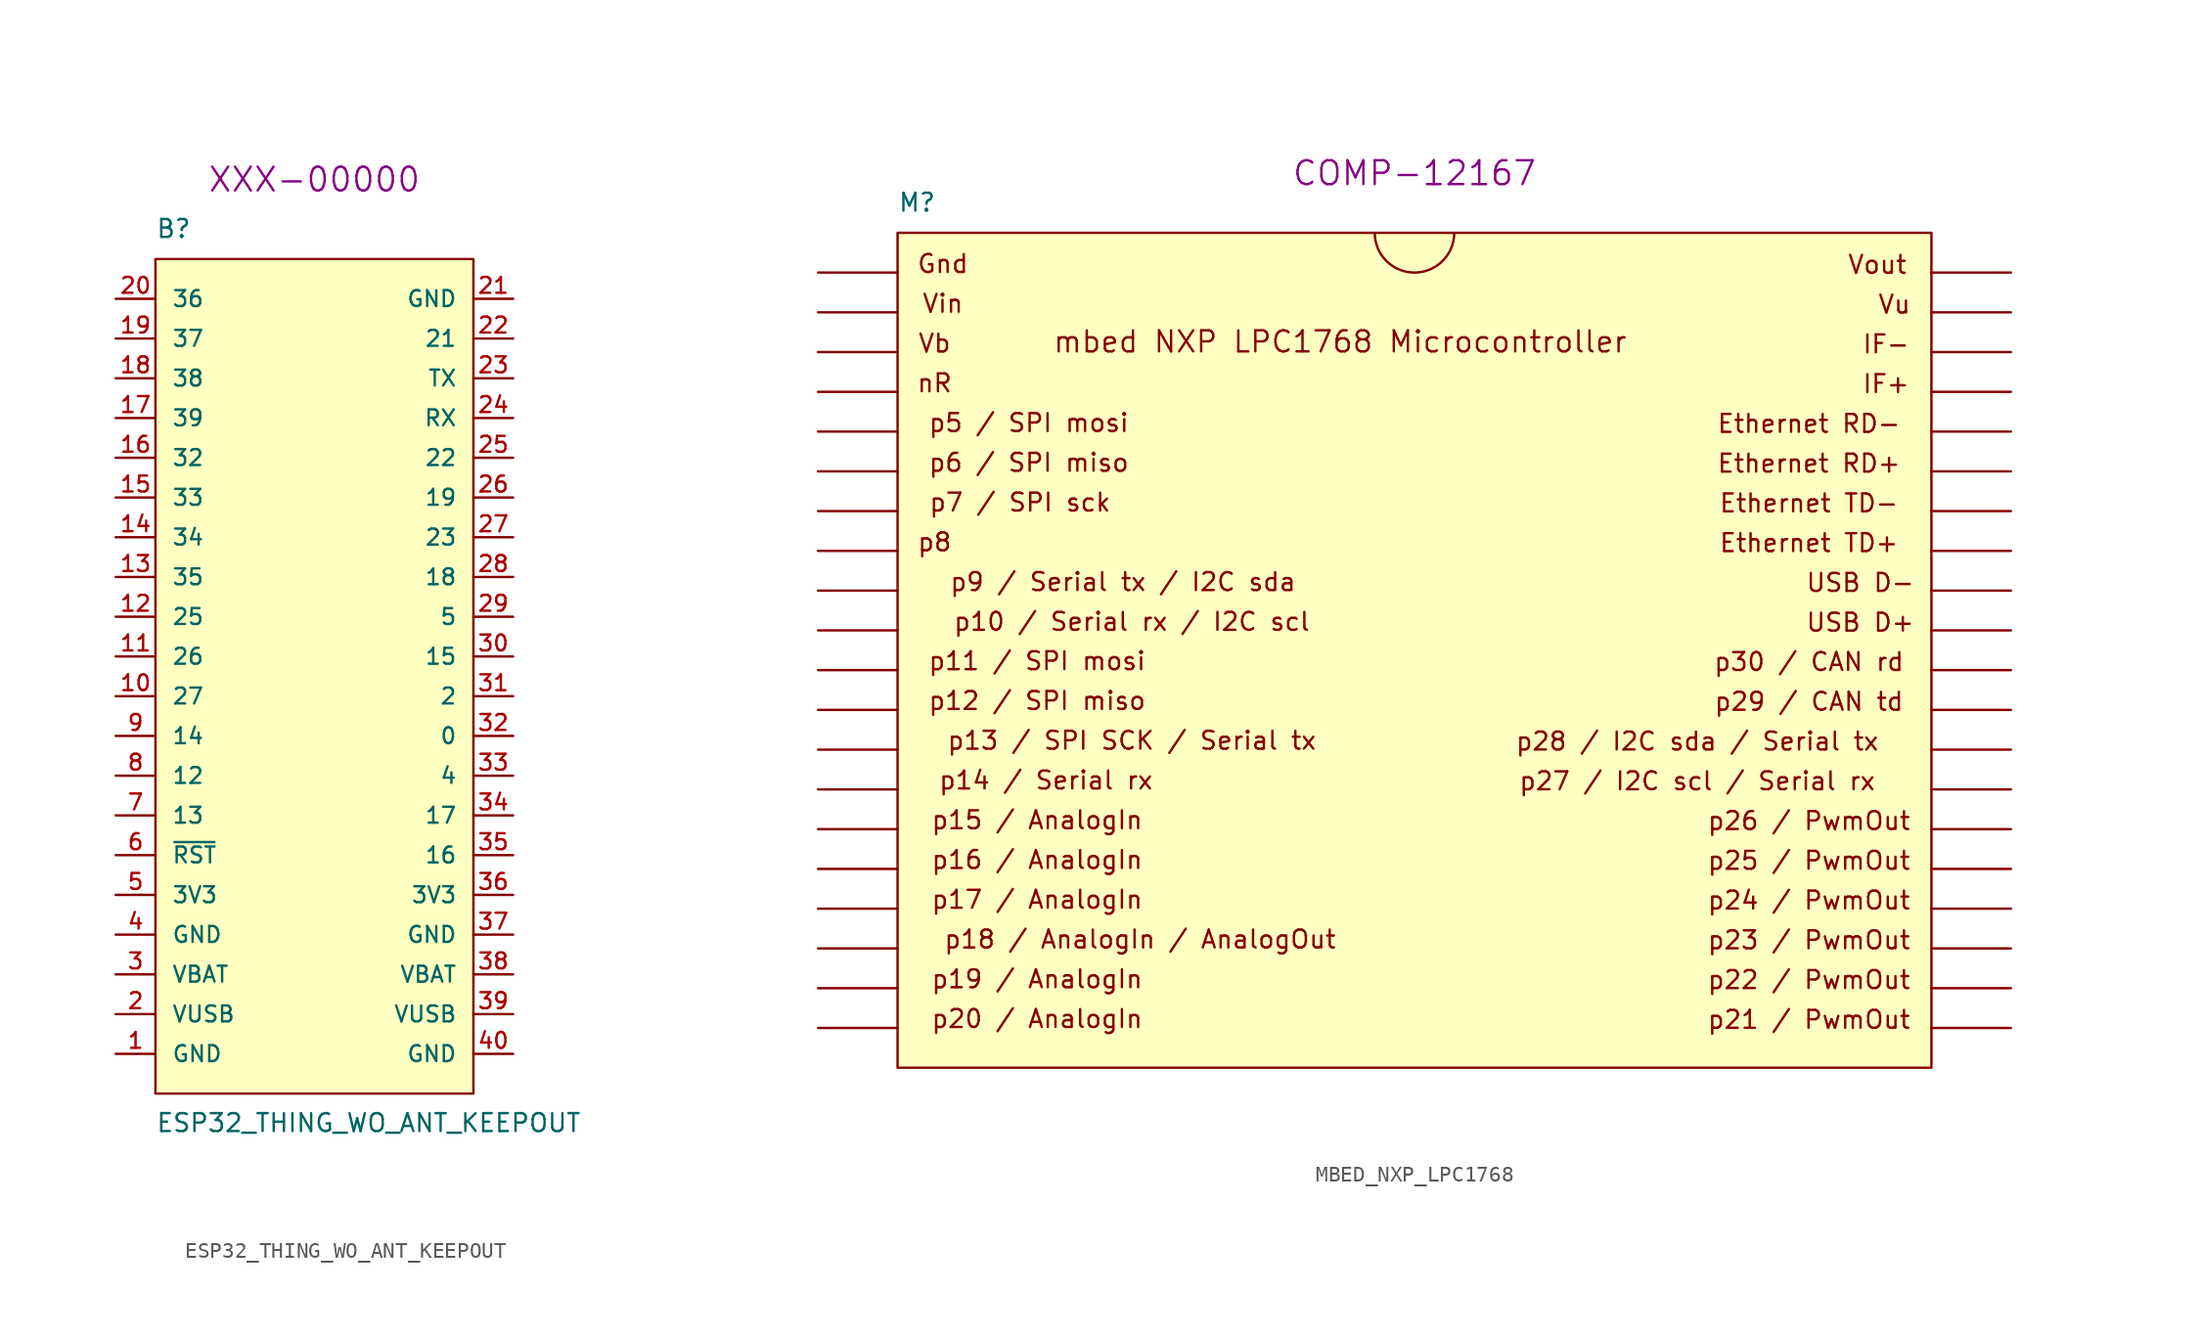
<source format=kicad_sym>
(kicad_symbol_lib
  (version 20211014)
  (generator kicad_symbol_editor)
  (symbol "ESP32_THING_WO_ANT_KEEPOUT"
    (pin_names
      (offset 1.016))
    (property "Reference" "B"
      (at -10.16 29.21 0)
      (effects (font (size 1.143 1.143)) (justify left bottom)))
    (property "Value" "ESP32_THING_WO_ANT_KEEPOUT"
      (at -10.16 -27.94 0)
      (effects (font (size 1.143 1.143)) (justify left bottom)))
    (property "Field4" "XXX-00000"
      (at 0 33.02 0)
      (effects (font (size 1.524 1.524))))
    (property "ki_locked" ""
      (at 0 0 0)
      (effects (font (size 1.27 1.27))))
    (symbol "ESP32_THING_WO_ANT_KEEPOUT_1_1"
      (polyline (pts (xy -10.16 -25.4) (xy -10.16 27.94) (xy 10.16 27.94) (xy 10.16 -25.4) (xy -10.16 -25.4)) (stroke (width 0) (type default) (color 0 0 0 0)) (fill (type background)))
      (pin bidirectional line (at -12.7 -22.86 0) (length 2.54) (name "GND" (effects (font (size 1.016 1.016)))) (number "1" (effects (font (size 1.016 1.016)))))
      (pin bidirectional line (at -12.7 0 0) (length 2.54) (name "27" (effects (font (size 1.016 1.016)))) (number "10" (effects (font (size 1.016 1.016)))))
      (pin bidirectional line (at -12.7 2.54 0) (length 2.54) (name "26" (effects (font (size 1.016 1.016)))) (number "11" (effects (font (size 1.016 1.016)))))
      (pin bidirectional line (at -12.7 5.08 0) (length 2.54) (name "25" (effects (font (size 1.016 1.016)))) (number "12" (effects (font (size 1.016 1.016)))))
      (pin bidirectional line (at -12.7 7.62 0) (length 2.54) (name "35" (effects (font (size 1.016 1.016)))) (number "13" (effects (font (size 1.016 1.016)))))
      (pin bidirectional line (at -12.7 10.16 0) (length 2.54) (name "34" (effects (font (size 1.016 1.016)))) (number "14" (effects (font (size 1.016 1.016)))))
      (pin bidirectional line (at -12.7 12.7 0) (length 2.54) (name "33" (effects (font (size 1.016 1.016)))) (number "15" (effects (font (size 1.016 1.016)))))
      (pin bidirectional line (at -12.7 15.24 0) (length 2.54) (name "32" (effects (font (size 1.016 1.016)))) (number "16" (effects (font (size 1.016 1.016)))))
      (pin bidirectional line (at -12.7 17.78 0) (length 2.54) (name "39" (effects (font (size 1.016 1.016)))) (number "17" (effects (font (size 1.016 1.016)))))
      (pin bidirectional line (at -12.7 20.32 0) (length 2.54) (name "38" (effects (font (size 1.016 1.016)))) (number "18" (effects (font (size 1.016 1.016)))))
      (pin bidirectional line (at -12.7 22.86 0) (length 2.54) (name "37" (effects (font (size 1.016 1.016)))) (number "19" (effects (font (size 1.016 1.016)))))
      (pin bidirectional line (at -12.7 -20.32 0) (length 2.54) (name "VUSB" (effects (font (size 1.016 1.016)))) (number "2" (effects (font (size 1.016 1.016)))))
      (pin bidirectional line (at -12.7 25.4 0) (length 2.54) (name "36" (effects (font (size 1.016 1.016)))) (number "20" (effects (font (size 1.016 1.016)))))
      (pin bidirectional line (at 12.7 25.4 180) (length 2.54) (name "GND" (effects (font (size 1.016 1.016)))) (number "21" (effects (font (size 1.016 1.016)))))
      (pin bidirectional line (at 12.7 22.86 180) (length 2.54) (name "21" (effects (font (size 1.016 1.016)))) (number "22" (effects (font (size 1.016 1.016)))))
      (pin bidirectional line (at 12.7 20.32 180) (length 2.54) (name "TX" (effects (font (size 1.016 1.016)))) (number "23" (effects (font (size 1.016 1.016)))))
      (pin bidirectional line (at 12.7 17.78 180) (length 2.54) (name "RX" (effects (font (size 1.016 1.016)))) (number "24" (effects (font (size 1.016 1.016)))))
      (pin bidirectional line (at 12.7 15.24 180) (length 2.54) (name "22" (effects (font (size 1.016 1.016)))) (number "25" (effects (font (size 1.016 1.016)))))
      (pin bidirectional line (at 12.7 12.7 180) (length 2.54) (name "19" (effects (font (size 1.016 1.016)))) (number "26" (effects (font (size 1.016 1.016)))))
      (pin bidirectional line (at 12.7 10.16 180) (length 2.54) (name "23" (effects (font (size 1.016 1.016)))) (number "27" (effects (font (size 1.016 1.016)))))
      (pin bidirectional line (at 12.7 7.62 180) (length 2.54) (name "18" (effects (font (size 1.016 1.016)))) (number "28" (effects (font (size 1.016 1.016)))))
      (pin bidirectional line (at 12.7 5.08 180) (length 2.54) (name "5" (effects (font (size 1.016 1.016)))) (number "29" (effects (font (size 1.016 1.016)))))
      (pin bidirectional line (at -12.7 -17.78 0) (length 2.54) (name "VBAT" (effects (font (size 1.016 1.016)))) (number "3" (effects (font (size 1.016 1.016)))))
      (pin bidirectional line (at 12.7 2.54 180) (length 2.54) (name "15" (effects (font (size 1.016 1.016)))) (number "30" (effects (font (size 1.016 1.016)))))
      (pin bidirectional line (at 12.7 0 180) (length 2.54) (name "2" (effects (font (size 1.016 1.016)))) (number "31" (effects (font (size 1.016 1.016)))))
      (pin bidirectional line (at 12.7 -2.54 180) (length 2.54) (name "0" (effects (font (size 1.016 1.016)))) (number "32" (effects (font (size 1.016 1.016)))))
      (pin bidirectional line (at 12.7 -5.08 180) (length 2.54) (name "4" (effects (font (size 1.016 1.016)))) (number "33" (effects (font (size 1.016 1.016)))))
      (pin bidirectional line (at 12.7 -7.62 180) (length 2.54) (name "17" (effects (font (size 1.016 1.016)))) (number "34" (effects (font (size 1.016 1.016)))))
      (pin bidirectional line (at 12.7 -10.16 180) (length 2.54) (name "16" (effects (font (size 1.016 1.016)))) (number "35" (effects (font (size 1.016 1.016)))))
      (pin bidirectional line (at 12.7 -12.7 180) (length 2.54) (name "3V3" (effects (font (size 1.016 1.016)))) (number "36" (effects (font (size 1.016 1.016)))))
      (pin bidirectional line (at 12.7 -15.24 180) (length 2.54) (name "GND" (effects (font (size 1.016 1.016)))) (number "37" (effects (font (size 1.016 1.016)))))
      (pin bidirectional line (at 12.7 -17.78 180) (length 2.54) (name "VBAT" (effects (font (size 1.016 1.016)))) (number "38" (effects (font (size 1.016 1.016)))))
      (pin bidirectional line (at 12.7 -20.32 180) (length 2.54) (name "VUSB" (effects (font (size 1.016 1.016)))) (number "39" (effects (font (size 1.016 1.016)))))
      (pin bidirectional line (at -12.7 -15.24 0) (length 2.54) (name "GND" (effects (font (size 1.016 1.016)))) (number "4" (effects (font (size 1.016 1.016)))))
      (pin bidirectional line (at 12.7 -22.86 180) (length 2.54) (name "GND" (effects (font (size 1.016 1.016)))) (number "40" (effects (font (size 1.016 1.016)))))
      (pin bidirectional line (at -12.7 -12.7 0) (length 2.54) (name "3V3" (effects (font (size 1.016 1.016)))) (number "5" (effects (font (size 1.016 1.016)))))
      (pin bidirectional line (at -12.7 -10.16 0) (length 2.54) (name "~{RST}" (effects (font (size 1.016 1.016)))) (number "6" (effects (font (size 1.016 1.016)))))
      (pin bidirectional line (at -12.7 -7.62 0) (length 2.54) (name "13" (effects (font (size 1.016 1.016)))) (number "7" (effects (font (size 1.016 1.016)))))
      (pin bidirectional line (at -12.7 -5.08 0) (length 2.54) (name "12" (effects (font (size 1.016 1.016)))) (number "8" (effects (font (size 1.016 1.016)))))
      (pin bidirectional line (at -12.7 -2.54 0) (length 2.54) (name "14" (effects (font (size 1.016 1.016)))) (number "9" (effects (font (size 1.016 1.016)))))))
  (symbol "MBED_NXP_LPC1768"
    (pin_numbers hide)
    (pin_names
      (offset 1.016) hide)
    (property "Reference" "M"
      (at -33.02 26.67 0)
      (effects (font (size 1.143 1.143)) (justify left bottom)))
    (property "Field4" "COMP-12167"
      (at 0 29.21 0)
      (effects (font (size 1.524 1.524))))
    (property "ki_locked" ""
      (at 0 0 0)
      (effects (font (size 1.27 1.27))))
    (symbol "MBED_NXP_LPC1768_1_0"
      (text "Ethernet RD+" (at 25.197 10.668 0) (effects (font (size 1.143 1.143))))
      (text "Ethernet RD-" (at 25.197 13.208 0) (effects (font (size 1.143 1.143))))
      (text "Ethernet TD+" (at 25.197 5.588 0) (effects (font (size 1.143 1.143))))
      (text "Ethernet TD-" (at 25.197 8.128 0) (effects (font (size 1.143 1.143))))
      (text "Gnd" (at -30.124 23.419 0) (effects (font (size 1.143 1.143))))
      (text "IF+" (at 30.124 15.748 0) (effects (font (size 1.143 1.143))))
      (text "IF-" (at 30.124 18.288 0) (effects (font (size 1.143 1.143))))
      (text "mbed NXP LPC1768 Microcontroller" (at -4.75 18.44 0) (effects (font (size 1.346 1.346))))
      (text "nR" (at -30.658 15.799 0) (effects (font (size 1.143 1.143))))
      (text "p10 / Serial rx / I2C scl" (at -18.059 0.559 0) (effects (font (size 1.143 1.143))))
      (text "p11 / SPI mosi" (at -24.105 -1.956 0) (effects (font (size 1.143 1.143))))
      (text "p12 / SPI miso" (at -24.105 -4.496 0) (effects (font (size 1.143 1.143))))
      (text "p13 / SPI SCK / Serial tx" (at -18.059 -7.036 0) (effects (font (size 1.143 1.143))))
      (text "p14 / Serial rx" (at -23.546 -9.576 0) (effects (font (size 1.143 1.143))))
      (text "p15 / AnalogIn" (at -24.105 -12.116 0) (effects (font (size 1.143 1.143))))
      (text "p16 / AnalogIn" (at -24.105 -14.656 0) (effects (font (size 1.143 1.143))))
      (text "p17 / AnalogIn" (at -24.105 -17.196 0) (effects (font (size 1.143 1.143))))
      (text "p18 / AnalogIn / AnalogOut" (at -17.526 -19.736 0) (effects (font (size 1.143 1.143))))
      (text "p19 / AnalogIn" (at -24.105 -22.276 0) (effects (font (size 1.143 1.143))))
      (text "p20 / AnalogIn" (at -24.105 -24.816 0) (effects (font (size 1.143 1.143))))
      (text "p21 / PwmOut" (at 25.197 -24.867 0) (effects (font (size 1.143 1.143))))
      (text "p22 / PwmOut" (at 25.197 -22.327 0) (effects (font (size 1.143 1.143))))
      (text "p23 / PwmOut" (at 25.197 -19.787 0) (effects (font (size 1.143 1.143))))
      (text "p24 / PwmOut" (at 25.197 -17.247 0) (effects (font (size 1.143 1.143))))
      (text "p25 / PwmOut" (at 25.197 -14.707 0) (effects (font (size 1.143 1.143))))
      (text "p26 / PwmOut" (at 25.197 -12.167 0) (effects (font (size 1.143 1.143))))
      (text "p27 / I2C scl / Serial rx" (at 18.059 -9.627 0) (effects (font (size 1.143 1.143))))
      (text "p28 / I2C sda / Serial tx" (at 18.059 -7.087 0) (effects (font (size 1.143 1.143))))
      (text "p29 / CAN td" (at 25.197 -4.547 0) (effects (font (size 1.143 1.143))))
      (text "p30 / CAN rd" (at 25.197 -2.007 0) (effects (font (size 1.143 1.143))))
      (text "p5 / SPI mosi" (at -24.638 13.259 0) (effects (font (size 1.143 1.143))))
      (text "p6 / SPI miso" (at -24.638 10.719 0) (effects (font (size 1.143 1.143))))
      (text "p7 / SPI sck" (at -25.197 8.179 0) (effects (font (size 1.143 1.143))))
      (text "p8" (at -30.658 5.639 0) (effects (font (size 1.143 1.143))))
      (text "p9 / Serial tx / I2C sda" (at -18.618 3.099 0) (effects (font (size 1.143 1.143))))
      (text "USB D+" (at 28.473 0.508 0) (effects (font (size 1.143 1.143))))
      (text "USB D-" (at 28.473 3.048 0) (effects (font (size 1.143 1.143))))
      (text "Vb" (at -30.658 18.339 0) (effects (font (size 1.143 1.143))))
      (text "Vin" (at -30.124 20.879 0) (effects (font (size 1.143 1.143))))
      (text "Vout" (at 29.566 23.368 0) (effects (font (size 1.143 1.143))))
      (text "Vu" (at 30.658 20.828 0) (effects (font (size 1.143 1.143)))))
    (symbol "MBED_NXP_LPC1768_1_1"
      (arc (start -2.54 25.4) (mid 0 22.86) (end 2.54 25.4) (stroke (width 0) (type default) (color 0 0 0 0)) (fill (type none)))
      (polyline (pts (xy -33.02 25.4) (xy -33.02 -27.94) (xy 33.02 -27.94) (xy 33.02 25.4) (xy 2.54 25.4) (xy -2.54 25.4) (xy -33.02 25.4)) (stroke (width 0) (type default) (color 0 0 0 0)) (fill (type background)))
      (pin bidirectional line (at -38.1 22.86 0) (length 5.08) (name "P$1" (effects (font (size 1.016 1.016)))) (number "1" (effects (font (size 1.016 1.016)))))
      (pin bidirectional line (at -38.1 0 0) (length 5.08) (name "P$10" (effects (font (size 1.016 1.016)))) (number "10" (effects (font (size 1.016 1.016)))))
      (pin bidirectional line (at -38.1 -2.54 0) (length 5.08) (name "P$11" (effects (font (size 1.016 1.016)))) (number "11" (effects (font (size 1.016 1.016)))))
      (pin bidirectional line (at -38.1 -5.08 0) (length 5.08) (name "P$12" (effects (font (size 1.016 1.016)))) (number "12" (effects (font (size 1.016 1.016)))))
      (pin bidirectional line (at -38.1 -7.62 0) (length 5.08) (name "P$13" (effects (font (size 1.016 1.016)))) (number "13" (effects (font (size 1.016 1.016)))))
      (pin bidirectional line (at -38.1 -10.16 0) (length 5.08) (name "P$14" (effects (font (size 1.016 1.016)))) (number "14" (effects (font (size 1.016 1.016)))))
      (pin bidirectional line (at -38.1 -12.7 0) (length 5.08) (name "P$15" (effects (font (size 1.016 1.016)))) (number "15" (effects (font (size 1.016 1.016)))))
      (pin bidirectional line (at -38.1 -15.24 0) (length 5.08) (name "P$16" (effects (font (size 1.016 1.016)))) (number "16" (effects (font (size 1.016 1.016)))))
      (pin bidirectional line (at -38.1 -17.78 0) (length 5.08) (name "P$17" (effects (font (size 1.016 1.016)))) (number "17" (effects (font (size 1.016 1.016)))))
      (pin bidirectional line (at -38.1 -20.32 0) (length 5.08) (name "P$18" (effects (font (size 1.016 1.016)))) (number "18" (effects (font (size 1.016 1.016)))))
      (pin bidirectional line (at -38.1 -22.86 0) (length 5.08) (name "P$19" (effects (font (size 1.016 1.016)))) (number "19" (effects (font (size 1.016 1.016)))))
      (pin bidirectional line (at -38.1 20.32 0) (length 5.08) (name "P$2" (effects (font (size 1.016 1.016)))) (number "2" (effects (font (size 1.016 1.016)))))
      (pin bidirectional line (at -38.1 -25.4 0) (length 5.08) (name "P$20" (effects (font (size 1.016 1.016)))) (number "20" (effects (font (size 1.016 1.016)))))
      (pin bidirectional line (at 38.1 -25.4 180) (length 5.08) (name "P$21" (effects (font (size 1.016 1.016)))) (number "21" (effects (font (size 1.016 1.016)))))
      (pin bidirectional line (at 38.1 -22.86 180) (length 5.08) (name "P$22" (effects (font (size 1.016 1.016)))) (number "22" (effects (font (size 1.016 1.016)))))
      (pin bidirectional line (at 38.1 -20.32 180) (length 5.08) (name "P$23" (effects (font (size 1.016 1.016)))) (number "23" (effects (font (size 1.016 1.016)))))
      (pin bidirectional line (at 38.1 -17.78 180) (length 5.08) (name "P$24" (effects (font (size 1.016 1.016)))) (number "24" (effects (font (size 1.016 1.016)))))
      (pin bidirectional line (at 38.1 -15.24 180) (length 5.08) (name "P$25" (effects (font (size 1.016 1.016)))) (number "25" (effects (font (size 1.016 1.016)))))
      (pin bidirectional line (at 38.1 -12.7 180) (length 5.08) (name "P$26" (effects (font (size 1.016 1.016)))) (number "26" (effects (font (size 1.016 1.016)))))
      (pin bidirectional line (at 38.1 -10.16 180) (length 5.08) (name "P$27" (effects (font (size 1.016 1.016)))) (number "27" (effects (font (size 1.016 1.016)))))
      (pin bidirectional line (at 38.1 -7.62 180) (length 5.08) (name "P$28" (effects (font (size 1.016 1.016)))) (number "28" (effects (font (size 1.016 1.016)))))
      (pin bidirectional line (at 38.1 -5.08 180) (length 5.08) (name "P$29" (effects (font (size 1.016 1.016)))) (number "29" (effects (font (size 1.016 1.016)))))
      (pin bidirectional line (at -38.1 17.78 0) (length 5.08) (name "P$3" (effects (font (size 1.016 1.016)))) (number "3" (effects (font (size 1.016 1.016)))))
      (pin bidirectional line (at 38.1 -2.54 180) (length 5.08) (name "P$30" (effects (font (size 1.016 1.016)))) (number "30" (effects (font (size 1.016 1.016)))))
      (pin bidirectional line (at 38.1 0 180) (length 5.08) (name "P$31" (effects (font (size 1.016 1.016)))) (number "31" (effects (font (size 1.016 1.016)))))
      (pin bidirectional line (at 38.1 2.54 180) (length 5.08) (name "P$32" (effects (font (size 1.016 1.016)))) (number "32" (effects (font (size 1.016 1.016)))))
      (pin bidirectional line (at 38.1 5.08 180) (length 5.08) (name "P$33" (effects (font (size 1.016 1.016)))) (number "33" (effects (font (size 1.016 1.016)))))
      (pin bidirectional line (at 38.1 7.62 180) (length 5.08) (name "P$34" (effects (font (size 1.016 1.016)))) (number "34" (effects (font (size 1.016 1.016)))))
      (pin bidirectional line (at 38.1 10.16 180) (length 5.08) (name "P$35" (effects (font (size 1.016 1.016)))) (number "35" (effects (font (size 1.016 1.016)))))
      (pin bidirectional line (at 38.1 12.7 180) (length 5.08) (name "P$36" (effects (font (size 1.016 1.016)))) (number "36" (effects (font (size 1.016 1.016)))))
      (pin bidirectional line (at 38.1 15.24 180) (length 5.08) (name "P$37" (effects (font (size 1.016 1.016)))) (number "37" (effects (font (size 1.016 1.016)))))
      (pin bidirectional line (at 38.1 17.78 180) (length 5.08) (name "P$38" (effects (font (size 1.016 1.016)))) (number "38" (effects (font (size 1.016 1.016)))))
      (pin bidirectional line (at 38.1 20.32 180) (length 5.08) (name "P$39" (effects (font (size 1.016 1.016)))) (number "39" (effects (font (size 1.016 1.016)))))
      (pin bidirectional line (at -38.1 15.24 0) (length 5.08) (name "P$4" (effects (font (size 1.016 1.016)))) (number "4" (effects (font (size 1.016 1.016)))))
      (pin bidirectional line (at 38.1 22.86 180) (length 5.08) (name "P$40" (effects (font (size 1.016 1.016)))) (number "40" (effects (font (size 1.016 1.016)))))
      (pin bidirectional line (at -38.1 12.7 0) (length 5.08) (name "P$5" (effects (font (size 1.016 1.016)))) (number "5" (effects (font (size 1.016 1.016)))))
      (pin bidirectional line (at -38.1 10.16 0) (length 5.08) (name "P$6" (effects (font (size 1.016 1.016)))) (number "6" (effects (font (size 1.016 1.016)))))
      (pin bidirectional line (at -38.1 7.62 0) (length 5.08) (name "P$7" (effects (font (size 1.016 1.016)))) (number "7" (effects (font (size 1.016 1.016)))))
      (pin bidirectional line (at -38.1 5.08 0) (length 5.08) (name "P$8" (effects (font (size 1.016 1.016)))) (number "8" (effects (font (size 1.016 1.016)))))
      (pin bidirectional line (at -38.1 2.54 0) (length 5.08) (name "P$9" (effects (font (size 1.016 1.016)))) (number "9" (effects (font (size 1.016 1.016))))))))
</source>
